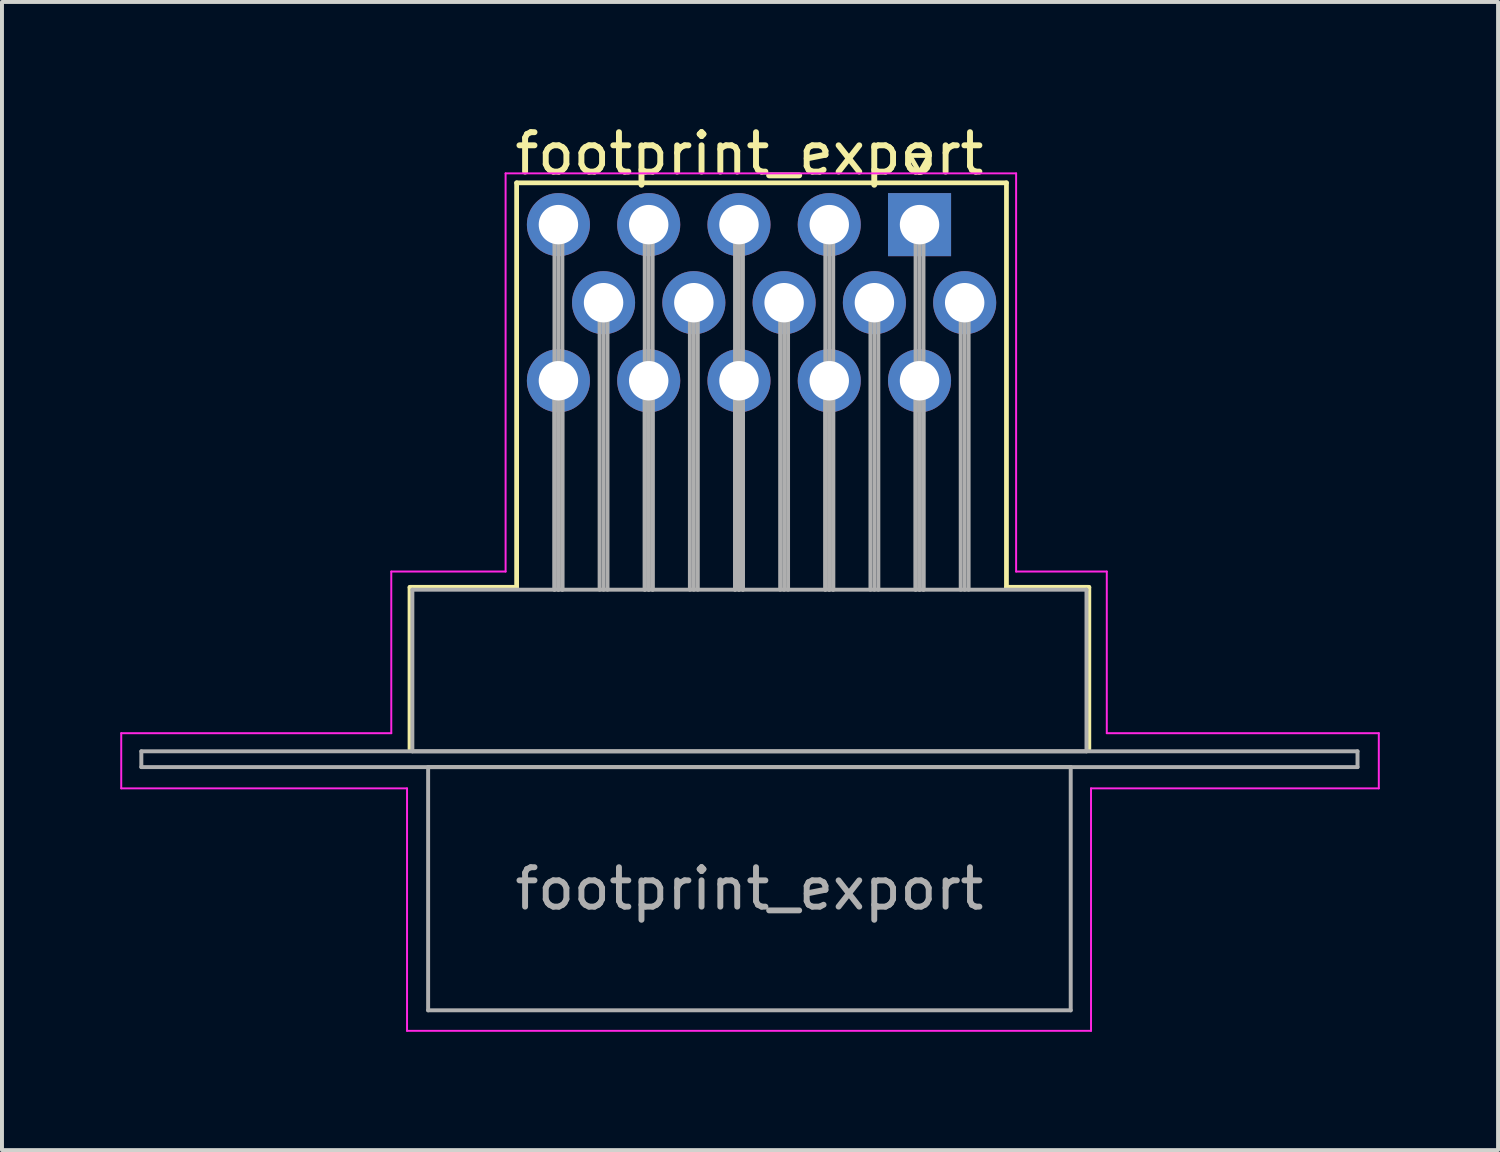
<source format=kicad_pcb>
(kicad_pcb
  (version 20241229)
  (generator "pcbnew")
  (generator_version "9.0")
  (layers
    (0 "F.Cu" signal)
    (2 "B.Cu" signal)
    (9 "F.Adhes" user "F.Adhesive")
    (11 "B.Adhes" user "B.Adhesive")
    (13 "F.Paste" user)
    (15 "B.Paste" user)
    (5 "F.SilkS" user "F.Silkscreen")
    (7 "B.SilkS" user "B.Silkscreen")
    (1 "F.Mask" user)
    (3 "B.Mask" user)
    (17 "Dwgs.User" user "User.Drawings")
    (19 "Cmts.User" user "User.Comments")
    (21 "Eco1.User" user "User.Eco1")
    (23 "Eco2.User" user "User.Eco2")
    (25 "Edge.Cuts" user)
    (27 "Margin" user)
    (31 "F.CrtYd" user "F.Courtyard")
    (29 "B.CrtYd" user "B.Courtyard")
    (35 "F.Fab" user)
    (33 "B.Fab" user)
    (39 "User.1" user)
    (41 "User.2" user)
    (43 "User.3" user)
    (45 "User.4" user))
  (footprint "footprint_export"
    (layer "F.Cu")
    (at 20.275 2.648)
    (property "Reference" "footprint_export" (at -4.315 -1.8 0) (layer "F.SilkS") (effects (font (size 1 1) (thickness 0.15))))
    (attr through_hole)
    (fp_line (start -12.925 9.2) (end -10.22 9.2) (stroke (width 0.12) (type solid)) (layer "F.SilkS"))
    (fp_line (start -12.925 13.3) (end -12.925 9.2) (stroke (width 0.12) (type solid)) (layer "F.SilkS"))
    (fp_line (start -10.22 -1.06) (end 2.205 -1.06) (stroke (width 0.12) (type solid)) (layer "F.SilkS"))
    (fp_line (start -10.22 9.2) (end -10.22 -1.06) (stroke (width 0.12) (type solid)) (layer "F.SilkS"))
    (fp_line (start -0.25 -1.754) (end 0.25 -1.754) (stroke (width 0.12) (type solid)) (layer "F.SilkS"))
    (fp_line (start 0 -1.321) (end -0.25 -1.754) (stroke (width 0.12) (type solid)) (layer "F.SilkS"))
    (fp_line (start 0.25 -1.754) (end 0 -1.321) (stroke (width 0.12) (type solid)) (layer "F.SilkS"))
    (fp_line (start 2.205 -1.06) (end 2.205 9.2) (stroke (width 0.12) (type solid)) (layer "F.SilkS"))
    (fp_line (start 2.205 9.2) (end 4.295 9.2) (stroke (width 0.12) (type solid)) (layer "F.SilkS"))
    (fp_line (start 4.295 9.2) (end 4.295 13.3) (stroke (width 0.12) (type solid)) (layer "F.SilkS"))
    (fp_line (start -20.25 12.9) (end -13.4 12.9) (stroke (width 0.05) (type solid)) (layer "F.CrtYd"))
    (fp_line (start -20.25 14.3) (end -20.25 12.9) (stroke (width 0.05) (type solid)) (layer "F.CrtYd"))
    (fp_line (start -13.4 8.8) (end -10.5 8.8) (stroke (width 0.05) (type solid)) (layer "F.CrtYd"))
    (fp_line (start -13.4 12.9) (end -13.4 8.8) (stroke (width 0.05) (type solid)) (layer "F.CrtYd"))
    (fp_line (start -13 14.3) (end -20.25 14.3) (stroke (width 0.05) (type solid)) (layer "F.CrtYd"))
    (fp_line (start -13 20.45) (end -13 14.3) (stroke (width 0.05) (type solid)) (layer "F.CrtYd"))
    (fp_line (start -10.5 -1.3) (end 2.45 -1.3) (stroke (width 0.05) (type solid)) (layer "F.CrtYd"))
    (fp_line (start -10.5 8.8) (end -10.5 -1.3) (stroke (width 0.05) (type solid)) (layer "F.CrtYd"))
    (fp_line (start 2.45 -1.3) (end 2.45 8.8) (stroke (width 0.05) (type solid)) (layer "F.CrtYd"))
    (fp_line (start 2.45 8.8) (end 4.75 8.8) (stroke (width 0.05) (type solid)) (layer "F.CrtYd"))
    (fp_line (start 4.35 14.3) (end 4.35 20.45) (stroke (width 0.05) (type solid)) (layer "F.CrtYd"))
    (fp_line (start 4.35 20.45) (end -13 20.45) (stroke (width 0.05) (type solid)) (layer "F.CrtYd"))
    (fp_line (start 4.75 8.8) (end 4.75 12.9) (stroke (width 0.05) (type solid)) (layer "F.CrtYd"))
    (fp_line (start 4.75 12.9) (end 11.65 12.9) (stroke (width 0.05) (type solid)) (layer "F.CrtYd"))
    (fp_line (start 11.65 12.9) (end 11.65 14.3) (stroke (width 0.05) (type solid)) (layer "F.CrtYd"))
    (fp_line (start 11.65 14.3) (end 4.35 14.3) (stroke (width 0.05) (type solid)) (layer "F.CrtYd"))
    (fp_line (start -19.74 13.36) (end -19.74 13.76) (stroke (width 0.1) (type solid)) (layer "F.Fab"))
    (fp_line (start -19.74 13.76) (end 11.11 13.76) (stroke (width 0.1) (type solid)) (layer "F.Fab"))
    (fp_line (start -12.865 9.26) (end -12.865 13.36) (stroke (width 0.1) (type solid)) (layer "F.Fab"))
    (fp_line (start -12.865 13.36) (end 4.235 13.36) (stroke (width 0.1) (type solid)) (layer "F.Fab"))
    (fp_line (start -12.465 13.76) (end -12.465 19.93) (stroke (width 0.1) (type solid)) (layer "F.Fab"))
    (fp_line (start -12.465 19.93) (end 3.835 19.93) (stroke (width 0.1) (type solid)) (layer "F.Fab"))
    (fp_line (start -9.26 0) (end -9.26 9.26) (stroke (width 0.1) (type solid)) (layer "F.Fab"))
    (fp_line (start -9.26 3.96) (end -9.26 9.26) (stroke (width 0.1) (type solid)) (layer "F.Fab"))
    (fp_line (start -9.16 0) (end -9.16 9.26) (stroke (width 0.1) (type solid)) (layer "F.Fab"))
    (fp_line (start -9.16 3.96) (end -9.16 9.26) (stroke (width 0.1) (type solid)) (layer "F.Fab"))
    (fp_line (start -9.06 0) (end -9.06 9.26) (stroke (width 0.1) (type solid)) (layer "F.Fab"))
    (fp_line (start -9.06 3.96) (end -9.06 9.26) (stroke (width 0.1) (type solid)) (layer "F.Fab"))
    (fp_line (start -8.115 1.98) (end -8.115 9.26) (stroke (width 0.1) (type solid)) (layer "F.Fab"))
    (fp_line (start -8.015 1.98) (end -8.015 9.26) (stroke (width 0.1) (type solid)) (layer "F.Fab"))
    (fp_line (start -7.915 1.98) (end -7.915 9.26) (stroke (width 0.1) (type solid)) (layer "F.Fab"))
    (fp_line (start -6.97 0) (end -6.97 9.26) (stroke (width 0.1) (type solid)) (layer "F.Fab"))
    (fp_line (start -6.97 3.96) (end -6.97 9.26) (stroke (width 0.1) (type solid)) (layer "F.Fab"))
    (fp_line (start -6.87 0) (end -6.87 9.26) (stroke (width 0.1) (type solid)) (layer "F.Fab"))
    (fp_line (start -6.87 3.96) (end -6.87 9.26) (stroke (width 0.1) (type solid)) (layer "F.Fab"))
    (fp_line (start -6.77 0) (end -6.77 9.26) (stroke (width 0.1) (type solid)) (layer "F.Fab"))
    (fp_line (start -6.77 3.96) (end -6.77 9.26) (stroke (width 0.1) (type solid)) (layer "F.Fab"))
    (fp_line (start -5.825 1.98) (end -5.825 9.26) (stroke (width 0.1) (type solid)) (layer "F.Fab"))
    (fp_line (start -5.725 1.98) (end -5.725 9.26) (stroke (width 0.1) (type solid)) (layer "F.Fab"))
    (fp_line (start -5.625 1.98) (end -5.625 9.26) (stroke (width 0.1) (type solid)) (layer "F.Fab"))
    (fp_line (start -4.68 0) (end -4.68 9.26) (stroke (width 0.1) (type solid)) (layer "F.Fab"))
    (fp_line (start -4.68 3.96) (end -4.68 9.26) (stroke (width 0.1) (type solid)) (layer "F.Fab"))
    (fp_line (start -4.58 0) (end -4.58 9.26) (stroke (width 0.1) (type solid)) (layer "F.Fab"))
    (fp_line (start -4.58 3.96) (end -4.58 9.26) (stroke (width 0.1) (type solid)) (layer "F.Fab"))
    (fp_line (start -4.48 0) (end -4.48 9.26) (stroke (width 0.1) (type solid)) (layer "F.Fab"))
    (fp_line (start -4.48 3.96) (end -4.48 9.26) (stroke (width 0.1) (type solid)) (layer "F.Fab"))
    (fp_line (start -3.535 1.98) (end -3.535 9.26) (stroke (width 0.1) (type solid)) (layer "F.Fab"))
    (fp_line (start -3.435 1.98) (end -3.435 9.26) (stroke (width 0.1) (type solid)) (layer "F.Fab"))
    (fp_line (start -3.335 1.98) (end -3.335 9.26) (stroke (width 0.1) (type solid)) (layer "F.Fab"))
    (fp_line (start -2.39 0) (end -2.39 9.26) (stroke (width 0.1) (type solid)) (layer "F.Fab"))
    (fp_line (start -2.39 3.96) (end -2.39 9.26) (stroke (width 0.1) (type solid)) (layer "F.Fab"))
    (fp_line (start -2.29 0) (end -2.29 9.26) (stroke (width 0.1) (type solid)) (layer "F.Fab"))
    (fp_line (start -2.29 3.96) (end -2.29 9.26) (stroke (width 0.1) (type solid)) (layer "F.Fab"))
    (fp_line (start -2.19 0) (end -2.19 9.26) (stroke (width 0.1) (type solid)) (layer "F.Fab"))
    (fp_line (start -2.19 3.96) (end -2.19 9.26) (stroke (width 0.1) (type solid)) (layer "F.Fab"))
    (fp_line (start -1.245 1.98) (end -1.245 9.26) (stroke (width 0.1) (type solid)) (layer "F.Fab"))
    (fp_line (start -1.145 1.98) (end -1.145 9.26) (stroke (width 0.1) (type solid)) (layer "F.Fab"))
    (fp_line (start -1.045 1.98) (end -1.045 9.26) (stroke (width 0.1) (type solid)) (layer "F.Fab"))
    (fp_line (start -0.1 0) (end -0.1 9.26) (stroke (width 0.1) (type solid)) (layer "F.Fab"))
    (fp_line (start -0.1 3.96) (end -0.1 9.26) (stroke (width 0.1) (type solid)) (layer "F.Fab"))
    (fp_line (start 0 0) (end 0 9.26) (stroke (width 0.1) (type solid)) (layer "F.Fab"))
    (fp_line (start 0 3.96) (end 0 9.26) (stroke (width 0.1) (type solid)) (layer "F.Fab"))
    (fp_line (start 0.1 0) (end 0.1 9.26) (stroke (width 0.1) (type solid)) (layer "F.Fab"))
    (fp_line (start 0.1 3.96) (end 0.1 9.26) (stroke (width 0.1) (type solid)) (layer "F.Fab"))
    (fp_line (start 1.045 1.98) (end 1.045 9.26) (stroke (width 0.1) (type solid)) (layer "F.Fab"))
    (fp_line (start 1.145 1.98) (end 1.145 9.26) (stroke (width 0.1) (type solid)) (layer "F.Fab"))
    (fp_line (start 1.245 1.98) (end 1.245 9.26) (stroke (width 0.1) (type solid)) (layer "F.Fab"))
    (fp_line (start 3.835 13.76) (end -12.465 13.76) (stroke (width 0.1) (type solid)) (layer "F.Fab"))
    (fp_line (start 3.835 19.93) (end 3.835 13.76) (stroke (width 0.1) (type solid)) (layer "F.Fab"))
    (fp_line (start 4.235 9.26) (end -12.865 9.26) (stroke (width 0.1) (type solid)) (layer "F.Fab"))
    (fp_line (start 4.235 13.36) (end 4.235 9.26) (stroke (width 0.1) (type solid)) (layer "F.Fab"))
    (fp_line (start 11.11 13.36) (end -19.74 13.36) (stroke (width 0.1) (type solid)) (layer "F.Fab"))
    (fp_line (start 11.11 13.76) (end 11.11 13.36) (stroke (width 0.1) (type solid)) (layer "F.Fab"))
    (fp_text user "${REFERENCE}" (at -4.315 16.845 0) (layer "F.Fab") (effects (font (size 1 1) (thickness 0.15))))
    (pad "1" thru_hole rect (at 0 0) (size 1.6 1.6) (drill 1) (layers "*.Cu" "*.Mask"))
    (pad "2" thru_hole circle (at -2.29 0) (size 1.6 1.6) (drill 1) (layers "*.Cu" "*.Mask"))
    (pad "3" thru_hole circle (at -4.58 0) (size 1.6 1.6) (drill 1) (layers "*.Cu" "*.Mask"))
    (pad "4" thru_hole circle (at -6.87 0) (size 1.6 1.6) (drill 1) (layers "*.Cu" "*.Mask"))
    (pad "5" thru_hole circle (at -9.16 0) (size 1.6 1.6) (drill 1) (layers "*.Cu" "*.Mask"))
    (pad "6" thru_hole circle (at 1.145 1.98) (size 1.6 1.6) (drill 1) (layers "*.Cu" "*.Mask"))
    (pad "7" thru_hole circle (at -1.145 1.98) (size 1.6 1.6) (drill 1) (layers "*.Cu" "*.Mask"))
    (pad "8" thru_hole circle (at -3.435 1.98) (size 1.6 1.6) (drill 1) (layers "*.Cu" "*.Mask"))
    (pad "9" thru_hole circle (at -5.725 1.98) (size 1.6 1.6) (drill 1) (layers "*.Cu" "*.Mask"))
    (pad "10" thru_hole circle (at -8.015 1.98) (size 1.6 1.6) (drill 1) (layers "*.Cu" "*.Mask"))
    (pad "11" thru_hole circle (at 0 3.96) (size 1.6 1.6) (drill 1) (layers "*.Cu" "*.Mask"))
    (pad "12" thru_hole circle (at -2.29 3.96) (size 1.6 1.6) (drill 1) (layers "*.Cu" "*.Mask"))
    (pad "13" thru_hole circle (at -4.58 3.96) (size 1.6 1.6) (drill 1) (layers "*.Cu" "*.Mask"))
    (pad "14" thru_hole circle (at -6.87 3.96) (size 1.6 1.6) (drill 1) (layers "*.Cu" "*.Mask"))
    (pad "15" thru_hole circle (at -9.16 3.96) (size 1.6 1.6) (drill 1) (layers "*.Cu" "*.Mask")))
  (gr_rect
    (start -3 -3)
    (end 34.95 26.123)
    (stroke (width 0.1) (type default))
    (fill no)
    (layer "Edge.Cuts")))
</source>
